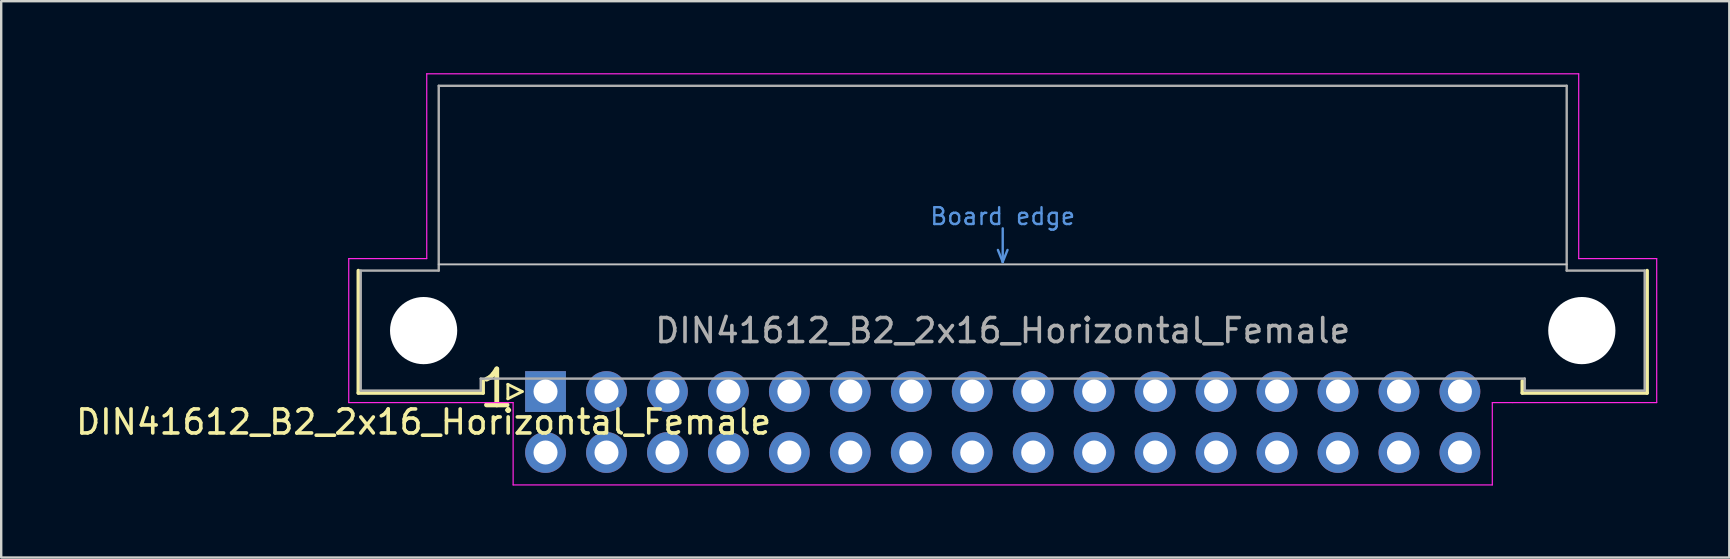
<source format=kicad_pcb>
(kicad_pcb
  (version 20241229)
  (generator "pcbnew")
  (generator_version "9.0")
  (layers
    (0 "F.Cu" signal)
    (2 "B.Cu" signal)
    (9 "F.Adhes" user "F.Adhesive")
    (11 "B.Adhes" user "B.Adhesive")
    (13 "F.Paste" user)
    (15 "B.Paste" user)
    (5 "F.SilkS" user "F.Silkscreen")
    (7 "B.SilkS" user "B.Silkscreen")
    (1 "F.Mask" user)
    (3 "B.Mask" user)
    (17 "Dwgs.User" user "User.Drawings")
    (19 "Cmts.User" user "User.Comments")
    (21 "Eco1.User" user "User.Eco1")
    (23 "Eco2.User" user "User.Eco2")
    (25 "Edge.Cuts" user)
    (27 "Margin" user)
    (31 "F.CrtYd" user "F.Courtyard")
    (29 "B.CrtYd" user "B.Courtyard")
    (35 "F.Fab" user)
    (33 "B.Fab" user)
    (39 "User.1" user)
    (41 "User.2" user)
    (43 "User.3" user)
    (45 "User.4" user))
  (footprint "DIN41612_B2_2x16_Horizontal_Female"
    (layer "F.Cu")
    (at 19.681 13.265)
    (property "Reference" "DIN41612_B2_2x16_Horizontal_Female" (at -5.08 1.27 0) (layer "F.SilkS") (effects (font (size 1 1) (thickness 0.15))))
    (attr through_hole)
    (fp_line (start -7.8 0.06) (end -7.8 -5.04) (stroke (width 0.15) (type solid)) (layer "F.SilkS"))
    (fp_line (start -2.6 -0.44) (end -2.6 0.06) (stroke (width 0.15) (type solid)) (layer "F.SilkS"))
    (fp_line (start -2.6 0.06) (end -7.8 0.06) (stroke (width 0.15) (type solid)) (layer "F.SilkS"))
    (fp_line (start -1.569 -0.3) (end -1.569 0.3) (stroke (width 0.12) (type solid)) (layer "F.SilkS"))
    (fp_line (start -1.569 0.3) (end -0.969 0) (stroke (width 0.12) (type solid)) (layer "F.SilkS"))
    (fp_line (start -0.969 0) (end -1.569 -0.3) (stroke (width 0.12) (type solid)) (layer "F.SilkS"))
    (fp_line (start 40.7 -0.44) (end 40.7 0.06) (stroke (width 0.15) (type solid)) (layer "F.SilkS"))
    (fp_line (start 40.7 0.06) (end 45.9 0.06) (stroke (width 0.15) (type solid)) (layer "F.SilkS"))
    (fp_line (start 45.9 0.06) (end 45.9 -5.04) (stroke (width 0.15) (type solid)) (layer "F.SilkS"))
    (fp_line (start -4.45 -5.3) (end 42.55 -5.3) (stroke (width 0.08) (type solid)) (layer "Dwgs.User"))
    (fp_line (start 18.85 -5.9) (end 19.05 -5.4) (stroke (width 0.1) (type solid)) (layer "Cmts.User"))
    (fp_line (start 19.05 -6.8) (end 19.05 -5.4) (stroke (width 0.1) (type solid)) (layer "Cmts.User"))
    (fp_line (start 19.05 -5.4) (end 19.25 -5.9) (stroke (width 0.1) (type solid)) (layer "Cmts.User"))
    (fp_line (start -8.2 -5.54) (end -4.95 -5.54) (stroke (width 0.05) (type solid)) (layer "F.CrtYd"))
    (fp_line (start -8.2 0.46) (end -8.2 -5.54) (stroke (width 0.05) (type solid)) (layer "F.CrtYd"))
    (fp_line (start -4.95 -13.24) (end 43.05 -13.24) (stroke (width 0.05) (type solid)) (layer "F.CrtYd"))
    (fp_line (start -4.95 -5.54) (end -4.95 -13.24) (stroke (width 0.05) (type solid)) (layer "F.CrtYd"))
    (fp_line (start -1.35 0.46) (end -8.2 0.46) (stroke (width 0.05) (type solid)) (layer "F.CrtYd"))
    (fp_line (start -1.35 3.89) (end -1.35 0.46) (stroke (width 0.05) (type solid)) (layer "F.CrtYd"))
    (fp_line (start 39.45 0.46) (end 39.45 3.89) (stroke (width 0.05) (type solid)) (layer "F.CrtYd"))
    (fp_line (start 39.45 3.89) (end -1.35 3.89) (stroke (width 0.05) (type solid)) (layer "F.CrtYd"))
    (fp_line (start 40.3 0.46) (end 39.45 0.46) (stroke (width 0.05) (type solid)) (layer "F.CrtYd"))
    (fp_line (start 43.05 -13.24) (end 43.05 -5.54) (stroke (width 0.05) (type solid)) (layer "F.CrtYd"))
    (fp_line (start 43.05 -5.54) (end 46.3 -5.54) (stroke (width 0.05) (type solid)) (layer "F.CrtYd"))
    (fp_line (start 46.3 -5.54) (end 46.3 0.46) (stroke (width 0.05) (type solid)) (layer "F.CrtYd"))
    (fp_line (start 46.3 0.46) (end 40.3 0.46) (stroke (width 0.05) (type solid)) (layer "F.CrtYd"))
    (fp_line (start -7.7 -5.04) (end -4.45 -5.04) (stroke (width 0.1) (type solid)) (layer "F.Fab"))
    (fp_line (start -7.7 -0.04) (end -7.7 -5.04) (stroke (width 0.1) (type solid)) (layer "F.Fab"))
    (fp_line (start -4.45 -12.74) (end 42.55 -12.74) (stroke (width 0.1) (type solid)) (layer "F.Fab"))
    (fp_line (start -4.45 -5.04) (end -4.45 -12.74) (stroke (width 0.1) (type solid)) (layer "F.Fab"))
    (fp_line (start -2.7 -0.54) (end -2.7 -0.04) (stroke (width 0.1) (type solid)) (layer "F.Fab"))
    (fp_line (start -2.7 -0.04) (end -7.7 -0.04) (stroke (width 0.1) (type solid)) (layer "F.Fab"))
    (fp_line (start 40.8 -0.54) (end -2.7 -0.54) (stroke (width 0.1) (type solid)) (layer "F.Fab"))
    (fp_line (start 40.8 -0.04) (end 40.8 -0.54) (stroke (width 0.1) (type solid)) (layer "F.Fab"))
    (fp_line (start 42.55 -12.74) (end 42.55 -5.04) (stroke (width 0.1) (type solid)) (layer "F.Fab"))
    (fp_line (start 42.55 -5.04) (end 45.8 -5.04) (stroke (width 0.1) (type solid)) (layer "F.Fab"))
    (fp_line (start 45.8 -5.04) (end 45.8 -0.04) (stroke (width 0.1) (type solid)) (layer "F.Fab"))
    (fp_line (start 45.8 -0.04) (end 40.8 -0.04) (stroke (width 0.1) (type solid)) (layer "F.Fab"))
    (fp_text user "1" (at -2.032 -0.127 0) (layer "F.SilkS") (effects (font (size 1.5 1.5) (thickness 0.2))))
    (fp_text user "Board edge" (at 19.05 -7.3 0) (layer "Cmts.User") (effects (font (size 0.7 0.7) (thickness 0.1))))
    (fp_text user "${REFERENCE}" (at 19.05 -2.54 0) (layer "F.Fab") (effects (font (size 1 1) (thickness 0.15))))
    (pad "" np_thru_hole circle (at -5.08 -2.54) (size 2.8 2.8) (drill 2.8) (layers "*.Cu" "*.Mask"))
    (pad "" np_thru_hole circle (at 43.18 -2.54) (size 2.8 2.8) (drill 2.8) (layers "*.Cu" "*.Mask"))
    (pad "a1" thru_hole rect (at 0 0) (size 1.7 1.7) (drill 1) (layers "*.Cu" "*.Mask"))
    (pad "a2" thru_hole circle (at 2.54 0) (size 1.7 1.7) (drill 1) (layers "*.Cu" "*.Mask"))
    (pad "a3" thru_hole circle (at 5.08 0) (size 1.7 1.7) (drill 1) (layers "*.Cu" "*.Mask"))
    (pad "a4" thru_hole circle (at 7.62 0) (size 1.7 1.7) (drill 1) (layers "*.Cu" "*.Mask"))
    (pad "a5" thru_hole circle (at 10.16 0) (size 1.7 1.7) (drill 1) (layers "*.Cu" "*.Mask"))
    (pad "a6" thru_hole circle (at 12.7 0) (size 1.7 1.7) (drill 1) (layers "*.Cu" "*.Mask"))
    (pad "a7" thru_hole circle (at 15.24 0) (size 1.7 1.7) (drill 1) (layers "*.Cu" "*.Mask"))
    (pad "a8" thru_hole circle (at 17.78 0) (size 1.7 1.7) (drill 1) (layers "*.Cu" "*.Mask"))
    (pad "a9" thru_hole circle (at 20.32 0) (size 1.7 1.7) (drill 1) (layers "*.Cu" "*.Mask"))
    (pad "a10" thru_hole circle (at 22.86 0) (size 1.7 1.7) (drill 1) (layers "*.Cu" "*.Mask"))
    (pad "a11" thru_hole circle (at 25.4 0) (size 1.7 1.7) (drill 1) (layers "*.Cu" "*.Mask"))
    (pad "a12" thru_hole circle (at 27.94 0) (size 1.7 1.7) (drill 1) (layers "*.Cu" "*.Mask"))
    (pad "a13" thru_hole circle (at 30.48 0) (size 1.7 1.7) (drill 1) (layers "*.Cu" "*.Mask"))
    (pad "a14" thru_hole circle (at 33.02 0) (size 1.7 1.7) (drill 1) (layers "*.Cu" "*.Mask"))
    (pad "a15" thru_hole circle (at 35.56 0) (size 1.7 1.7) (drill 1) (layers "*.Cu" "*.Mask"))
    (pad "a16" thru_hole circle (at 38.1 0) (size 1.7 1.7) (drill 1) (layers "*.Cu" "*.Mask"))
    (pad "b1" thru_hole circle (at 0 2.54) (size 1.7 1.7) (drill 1) (layers "*.Cu" "*.Mask"))
    (pad "b2" thru_hole circle (at 2.54 2.54) (size 1.7 1.7) (drill 1) (layers "*.Cu" "*.Mask"))
    (pad "b3" thru_hole circle (at 5.08 2.54) (size 1.7 1.7) (drill 1) (layers "*.Cu" "*.Mask"))
    (pad "b4" thru_hole circle (at 7.62 2.54) (size 1.7 1.7) (drill 1) (layers "*.Cu" "*.Mask"))
    (pad "b5" thru_hole circle (at 10.16 2.54) (size 1.7 1.7) (drill 1) (layers "*.Cu" "*.Mask"))
    (pad "b6" thru_hole circle (at 12.7 2.54) (size 1.7 1.7) (drill 1) (layers "*.Cu" "*.Mask"))
    (pad "b7" thru_hole circle (at 15.24 2.54) (size 1.7 1.7) (drill 1) (layers "*.Cu" "*.Mask"))
    (pad "b8" thru_hole circle (at 17.78 2.54) (size 1.7 1.7) (drill 1) (layers "*.Cu" "*.Mask"))
    (pad "b9" thru_hole circle (at 20.32 2.54) (size 1.7 1.7) (drill 1) (layers "*.Cu" "*.Mask"))
    (pad "b10" thru_hole circle (at 22.86 2.54) (size 1.7 1.7) (drill 1) (layers "*.Cu" "*.Mask"))
    (pad "b11" thru_hole circle (at 25.4 2.54) (size 1.7 1.7) (drill 1) (layers "*.Cu" "*.Mask"))
    (pad "b12" thru_hole circle (at 27.94 2.54) (size 1.7 1.7) (drill 1) (layers "*.Cu" "*.Mask"))
    (pad "b13" thru_hole circle (at 30.48 2.54) (size 1.7 1.7) (drill 1) (layers "*.Cu" "*.Mask"))
    (pad "b14" thru_hole circle (at 33.02 2.54) (size 1.7 1.7) (drill 1) (layers "*.Cu" "*.Mask"))
    (pad "b15" thru_hole circle (at 35.56 2.54) (size 1.7 1.7) (drill 1) (layers "*.Cu" "*.Mask"))
    (pad "b16" thru_hole circle (at 38.1 2.54) (size 1.7 1.7) (drill 1) (layers "*.Cu" "*.Mask")))
  (gr_rect
    (start -3 -3)
    (end 69.006 20.18)
    (stroke (width 0.1) (type default))
    (fill no)
    (layer "Edge.Cuts")))
</source>
